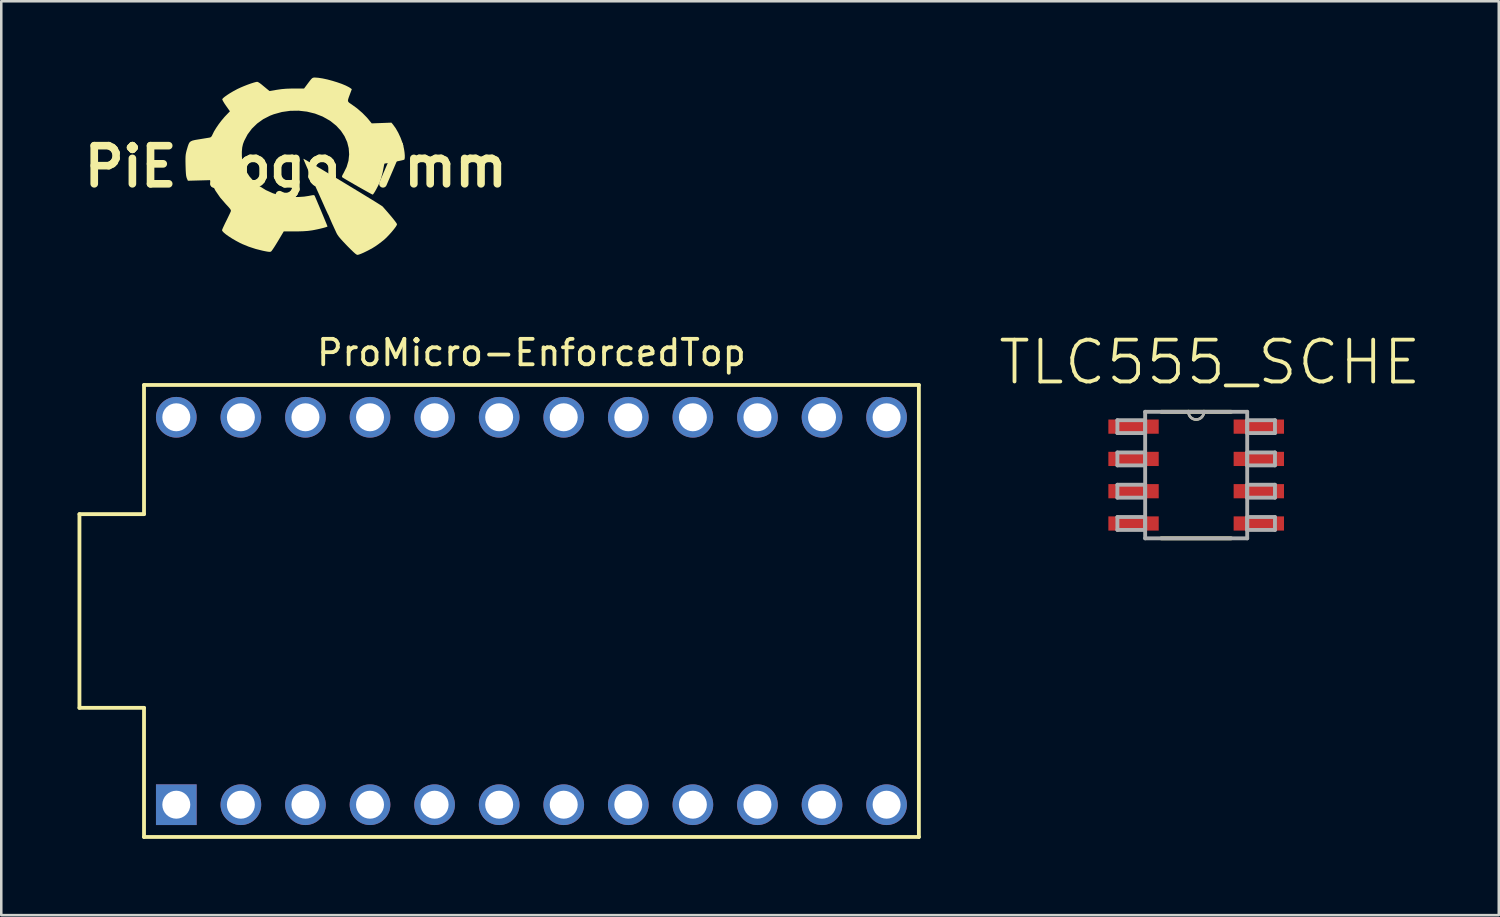
<source format=kicad_pcb>
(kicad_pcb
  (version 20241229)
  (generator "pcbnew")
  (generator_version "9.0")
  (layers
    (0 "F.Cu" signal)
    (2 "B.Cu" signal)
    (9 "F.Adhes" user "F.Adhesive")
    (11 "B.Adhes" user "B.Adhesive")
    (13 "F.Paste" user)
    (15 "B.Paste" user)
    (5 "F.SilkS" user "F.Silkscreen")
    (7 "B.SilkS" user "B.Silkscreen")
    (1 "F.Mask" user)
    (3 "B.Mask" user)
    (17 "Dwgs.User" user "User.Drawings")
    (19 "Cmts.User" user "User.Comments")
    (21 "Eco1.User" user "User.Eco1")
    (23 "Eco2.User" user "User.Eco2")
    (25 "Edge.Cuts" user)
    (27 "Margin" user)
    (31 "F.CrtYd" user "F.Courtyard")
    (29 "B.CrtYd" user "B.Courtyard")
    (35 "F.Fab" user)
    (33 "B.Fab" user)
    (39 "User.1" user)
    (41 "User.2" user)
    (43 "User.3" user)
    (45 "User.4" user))
  (footprint "PiE Logo 7mm"
    (layer "F.Cu")
    (at 8.586 3.502)
    (property "Reference" "PiE Logo 7mm" (at 0 0 0) (layer "F.SilkS") (effects (font (size 1.5 1.5) (thickness 0.3))))
    (attr board_only exclude_from_pos_files exclude_from_bom)
    (fp_poly (pts (xy 0.321 -0.297) (xy 0.38 -0.264) (xy 0.472 -0.211) (xy 0.594 -0.14) (xy 0.741 -0.054) (xy 0.91 0.046) (xy 1.097 0.157) (xy 1.297 0.277) (xy 1.508 0.403) (xy 1.725 0.533) (xy 1.944 0.665) (xy 2.161 0.797) (xy 2.373 0.925) (xy 2.576 1.048) (xy 2.766 1.164) (xy 2.939 1.27) (xy 3.091 1.363) (xy 3.218 1.442) (xy 3.317 1.505) (xy 3.383 1.548) (xy 3.413 1.569) (xy 3.414 1.57) (xy 3.573 1.751) (xy 3.709 1.909) (xy 3.82 2.042) (xy 3.903 2.148) (xy 3.957 2.223) (xy 3.981 2.267) (xy 3.981 2.272) (xy 3.965 2.314) (xy 3.922 2.382) (xy 3.856 2.469) (xy 3.776 2.566) (xy 3.687 2.666) (xy 3.596 2.762) (xy 3.51 2.846) (xy 3.467 2.884) (xy 3.364 2.966) (xy 3.249 3.053) (xy 3.144 3.127) (xy 3.132 3.135) (xy 3.027 3.2) (xy 2.908 3.266) (xy 2.784 3.33) (xy 2.665 3.388) (xy 2.558 3.434) (xy 2.475 3.464) (xy 2.423 3.474) (xy 2.422 3.474) (xy 2.39 3.462) (xy 2.339 3.426) (xy 2.268 3.363) (xy 2.172 3.271) (xy 2.048 3.147) (xy 2.011 3.109) (xy 1.876 2.967) (xy 1.772 2.853) (xy 1.695 2.762) (xy 1.641 2.687) (xy 1.605 2.624) (xy 1.6 2.614) (xy 1.561 2.528) (xy 1.51 2.419) (xy 1.46 2.308) (xy 1.451 2.291) (xy 1.406 2.19) (xy 1.363 2.092) (xy 1.331 2.017) (xy 1.325 2.003) (xy 1.298 1.938) (xy 1.276 1.891) (xy 1.271 1.883) (xy 1.255 1.853) (xy 1.225 1.788) (xy 1.183 1.697) (xy 1.133 1.587) (xy 1.116 1.547) (xy 1.06 1.421) (xy 1.005 1.298) (xy 0.957 1.191) (xy 0.922 1.113) (xy 0.918 1.103) (xy 0.804 0.853) (xy 0.698 0.618) (xy 0.602 0.402) (xy 0.516 0.208) (xy 0.442 0.04) (xy 0.382 -0.099) (xy 0.337 -0.205) (xy 0.308 -0.275) (xy 0.298 -0.306) (xy 0.299 -0.307)) (stroke (width 0) (type solid)) (fill yes) (layer "F.SilkS"))
    (fp_poly (pts (xy 0.89 -3.492) (xy 1.057 -3.466) (xy 1.242 -3.426) (xy 1.436 -3.374) (xy 1.628 -3.315) (xy 1.808 -3.252) (xy 1.966 -3.186) (xy 2.091 -3.122) (xy 2.135 -3.094) (xy 2.203 -3.045) (xy 2.13 -2.848) (xy 2.086 -2.73) (xy 2.059 -2.648) (xy 2.051 -2.591) (xy 2.063 -2.549) (xy 2.098 -2.512) (xy 2.157 -2.471) (xy 2.203 -2.44) (xy 2.417 -2.284) (xy 2.619 -2.109) (xy 2.795 -1.93) (xy 2.848 -1.868) (xy 2.986 -1.699) (xy 3.373 -1.713) (xy 3.761 -1.728) (xy 3.821 -1.656) (xy 3.927 -1.51) (xy 4.03 -1.33) (xy 4.122 -1.132) (xy 4.197 -0.93) (xy 4.23 -0.812) (xy 4.258 -0.684) (xy 4.277 -0.557) (xy 4.287 -0.443) (xy 4.287 -0.35) (xy 4.277 -0.288) (xy 4.266 -0.272) (xy 4.236 -0.261) (xy 4.169 -0.244) (xy 4.074 -0.223) (xy 3.962 -0.2) (xy 3.843 -0.177) (xy 3.727 -0.155) (xy 3.623 -0.137) (xy 3.542 -0.125) (xy 3.495 -0.12) (xy 3.494 -0.12) (xy 3.482 -0.099) (xy 3.468 -0.047) (xy 3.466 -0.03) (xy 3.416 0.228) (xy 3.357 0.454) (xy 3.308 0.595) (xy 3.266 0.691) (xy 3.217 0.794) (xy 3.163 0.896) (xy 3.112 0.986) (xy 3.067 1.056) (xy 3.035 1.097) (xy 3.024 1.103) (xy 2.998 1.092) (xy 2.937 1.06) (xy 2.848 1.011) (xy 2.737 0.949) (xy 2.61 0.878) (xy 2.475 0.802) (xy 2.337 0.723) (xy 2.204 0.646) (xy 2.081 0.575) (xy 1.975 0.513) (xy 1.894 0.464) (xy 1.842 0.432) (xy 1.828 0.421) (xy 1.816 0.398) (xy 1.824 0.36) (xy 1.855 0.298) (xy 1.882 0.252) (xy 2 0.013) (xy 2.072 -0.231) (xy 2.098 -0.477) (xy 2.081 -0.722) (xy 2.021 -0.961) (xy 1.918 -1.19) (xy 1.775 -1.407) (xy 1.591 -1.607) (xy 1.368 -1.787) (xy 1.333 -1.81) (xy 1.055 -1.967) (xy 0.755 -2.084) (xy 0.439 -2.161) (xy 0.113 -2.198) (xy -0.217 -2.193) (xy -0.545 -2.147) (xy -0.866 -2.058) (xy -1.012 -2.002) (xy -1.281 -1.865) (xy -1.52 -1.693) (xy -1.728 -1.491) (xy -1.899 -1.262) (xy -2.031 -1.008) (xy -2.077 -0.887) (xy -2.108 -0.751) (xy -2.123 -0.585) (xy -2.122 -0.409) (xy -2.104 -0.237) (xy -2.071 -0.088) (xy -2.069 -0.084) (xy -1.967 0.161) (xy -1.823 0.387) (xy -1.641 0.592) (xy -1.424 0.773) (xy -1.177 0.926) (xy -0.902 1.05) (xy -0.604 1.14) (xy -0.54 1.154) (xy -0.344 1.183) (xy -0.122 1.198) (xy 0.108 1.197) (xy 0.328 1.182) (xy 0.511 1.154) (xy 0.611 1.134) (xy 0.676 1.124) (xy 0.713 1.124) (xy 0.732 1.135) (xy 0.741 1.149) (xy 0.757 1.182) (xy 0.787 1.252) (xy 0.829 1.35) (xy 0.879 1.469) (xy 0.936 1.603) (xy 0.995 1.744) (xy 1.054 1.885) (xy 1.11 2.02) (xy 1.16 2.141) (xy 1.202 2.242) (xy 1.231 2.315) (xy 1.246 2.354) (xy 1.247 2.357) (xy 1.225 2.37) (xy 1.165 2.39) (xy 1.076 2.415) (xy 0.967 2.442) (xy 0.846 2.469) (xy 0.724 2.494) (xy 0.636 2.51) (xy 0.477 2.531) (xy 0.288 2.544) (xy 0.062 2.551) (xy -0.039 2.551) (xy -0.474 2.551) (xy -0.707 2.941) (xy -0.782 3.064) (xy -0.85 3.172) (xy -0.909 3.26) (xy -0.952 3.319) (xy -0.975 3.344) (xy -0.975 3.344) (xy -1.006 3.353) (xy -1.044 3.355) (xy -1.099 3.349) (xy -1.18 3.335) (xy -1.298 3.311) (xy -1.303 3.31) (xy -1.578 3.241) (xy -1.853 3.151) (xy -2.107 3.047) (xy -2.195 3.005) (xy -2.353 2.921) (xy -2.502 2.834) (xy -2.636 2.748) (xy -2.749 2.668) (xy -2.834 2.597) (xy -2.887 2.539) (xy -2.902 2.504) (xy -2.892 2.471) (xy -2.864 2.405) (xy -2.821 2.312) (xy -2.768 2.201) (xy -2.737 2.14) (xy -2.679 2.022) (xy -2.627 1.914) (xy -2.586 1.828) (xy -2.561 1.77) (xy -2.556 1.756) (xy -2.553 1.728) (xy -2.566 1.694) (xy -2.598 1.648) (xy -2.654 1.582) (xy -2.74 1.49) (xy -2.752 1.477) (xy -2.976 1.218) (xy -3.16 0.951) (xy -3.29 0.705) (xy -3.367 0.534) (xy -3.806 0.546) (xy -4.245 0.558) (xy -4.286 0.465) (xy -4.302 0.417) (xy -4.315 0.352) (xy -4.324 0.263) (xy -4.331 0.143) (xy -4.336 -0.017) (xy -4.337 -0.042) (xy -4.34 -0.195) (xy -4.34 -0.312) (xy -4.337 -0.402) (xy -4.33 -0.476) (xy -4.317 -0.546) (xy -4.299 -0.621) (xy -4.283 -0.677) (xy -4.247 -0.8) (xy -4.215 -0.889) (xy -4.179 -0.952) (xy -4.129 -0.994) (xy -4.058 -1.024) (xy -3.958 -1.047) (xy -3.82 -1.07) (xy -3.799 -1.073) (xy -3.672 -1.094) (xy -3.556 -1.113) (xy -3.463 -1.128) (xy -3.402 -1.138) (xy -3.394 -1.139) (xy -3.345 -1.156) (xy -3.309 -1.195) (xy -3.276 -1.262) (xy -3.219 -1.379) (xy -3.135 -1.517) (xy -3.033 -1.666) (xy -2.922 -1.812) (xy -2.81 -1.945) (xy -2.772 -1.986) (xy -2.592 -2.174) (xy -2.749 -2.396) (xy -2.811 -2.488) (xy -2.859 -2.568) (xy -2.888 -2.626) (xy -2.893 -2.651) (xy -2.862 -2.691) (xy -2.795 -2.747) (xy -2.7 -2.815) (xy -2.586 -2.889) (xy -2.46 -2.963) (xy -2.33 -3.033) (xy -2.294 -3.052) (xy -2.174 -3.108) (xy -2.04 -3.165) (xy -1.902 -3.219) (xy -1.771 -3.266) (xy -1.655 -3.303) (xy -1.565 -3.327) (xy -1.516 -3.334) (xy -1.477 -3.319) (xy -1.416 -3.281) (xy -1.355 -3.235) (xy -1.271 -3.165) (xy -1.183 -3.093) (xy -1.135 -3.053) (xy -1.034 -2.971) (xy -0.742 -3.02) (xy -0.563 -3.046) (xy -0.379 -3.062) (xy -0.174 -3.069) (xy -0.062 -3.07) (xy 0.325 -3.07) (xy 0.486 -3.286) (xy 0.557 -3.379) (xy 0.607 -3.441) (xy 0.645 -3.477) (xy 0.679 -3.495) (xy 0.717 -3.501) (xy 0.753 -3.502)) (stroke (width 0) (type solid)) (fill yes) (layer "F.SilkS")))
  (footprint "ProMicro-EnforcedTop"
    (layer "F.Cu")
    (at 17.855 20.984)
    (property "Reference" "ProMicro-EnforcedTop" (at 0 -10.16 0) (layer "F.SilkS") (effects (font (size 1 1) (thickness 0.15))))
    (attr through_hole)
    (fp_line (start -17.78 -3.81) (end -15.24 -3.81) (stroke (width 0.15) (type solid)) (layer "F.SilkS"))
    (fp_line (start -17.78 3.81) (end -17.78 -3.81) (stroke (width 0.15) (type solid)) (layer "F.SilkS"))
    (fp_line (start -15.24 -8.89) (end 15.24 -8.89) (stroke (width 0.15) (type solid)) (layer "F.SilkS"))
    (fp_line (start -15.24 -3.81) (end -15.24 -8.89) (stroke (width 0.15) (type solid)) (layer "F.SilkS"))
    (fp_line (start -15.24 3.81) (end -17.78 3.81) (stroke (width 0.15) (type solid)) (layer "F.SilkS"))
    (fp_line (start -15.24 8.89) (end -15.24 3.81) (stroke (width 0.15) (type solid)) (layer "F.SilkS"))
    (fp_line (start -15.24 8.89) (end 15.24 8.89) (stroke (width 0.15) (type solid)) (layer "F.SilkS"))
    (fp_line (start 15.24 -8.89) (end 15.24 8.89) (stroke (width 0.15) (type solid)) (layer "F.SilkS"))
    (pad "1" thru_hole rect (at -13.97 7.62) (size 1.6 1.6) (drill 1.1) (layers "*.Cu" "*.Mask"))
    (pad "2" thru_hole circle (at -11.43 7.62) (size 1.6 1.6) (drill 1.1) (layers "*.Cu" "*.Mask"))
    (pad "3" thru_hole circle (at -8.89 7.62) (size 1.6 1.6) (drill 1.1) (layers "*.Cu" "*.Mask"))
    (pad "4" thru_hole circle (at -6.35 7.62) (size 1.6 1.6) (drill 1.1) (layers "*.Cu" "*.Mask"))
    (pad "5" thru_hole circle (at -3.81 7.62) (size 1.6 1.6) (drill 1.1) (layers "*.Cu" "*.Mask"))
    (pad "6" thru_hole circle (at -1.27 7.62) (size 1.6 1.6) (drill 1.1) (layers "*.Cu" "*.Mask"))
    (pad "7" thru_hole circle (at 1.27 7.62) (size 1.6 1.6) (drill 1.1) (layers "*.Cu" "*.Mask"))
    (pad "8" thru_hole circle (at 3.81 7.62) (size 1.6 1.6) (drill 1.1) (layers "*.Cu" "*.Mask"))
    (pad "9" thru_hole circle (at 6.35 7.62) (size 1.6 1.6) (drill 1.1) (layers "*.Cu" "*.Mask"))
    (pad "10" thru_hole circle (at 8.89 7.62) (size 1.6 1.6) (drill 1.1) (layers "*.Cu" "*.Mask"))
    (pad "11" thru_hole circle (at 11.43 7.62) (size 1.6 1.6) (drill 1.1) (layers "*.Cu" "*.Mask"))
    (pad "12" thru_hole circle (at 13.97 7.62) (size 1.6 1.6) (drill 1.1) (layers "*.Cu" "*.Mask"))
    (pad "13" thru_hole circle (at 13.97 -7.62) (size 1.6 1.6) (drill 1.1) (layers "*.Cu" "*.Mask"))
    (pad "14" thru_hole circle (at 11.43 -7.62) (size 1.6 1.6) (drill 1.1) (layers "*.Cu" "*.Mask"))
    (pad "15" thru_hole circle (at 8.89 -7.62) (size 1.6 1.6) (drill 1.1) (layers "*.Cu" "*.Mask"))
    (pad "16" thru_hole circle (at 6.35 -7.62) (size 1.6 1.6) (drill 1.1) (layers "*.Cu" "*.Mask"))
    (pad "17" thru_hole circle (at 3.81 -7.62) (size 1.6 1.6) (drill 1.1) (layers "*.Cu" "*.Mask"))
    (pad "18" thru_hole circle (at 1.27 -7.62) (size 1.6 1.6) (drill 1.1) (layers "*.Cu" "*.Mask"))
    (pad "19" thru_hole circle (at -1.27 -7.62) (size 1.6 1.6) (drill 1.1) (layers "*.Cu" "*.Mask"))
    (pad "20" thru_hole circle (at -3.81 -7.62) (size 1.6 1.6) (drill 1.1) (layers "*.Cu" "*.Mask"))
    (pad "21" thru_hole circle (at -6.35 -7.62) (size 1.6 1.6) (drill 1.1) (layers "*.Cu" "*.Mask"))
    (pad "22" thru_hole circle (at -8.89 -7.62) (size 1.6 1.6) (drill 1.1) (layers "*.Cu" "*.Mask"))
    (pad "23" thru_hole circle (at -11.43 -7.62) (size 1.6 1.6) (drill 1.1) (layers "*.Cu" "*.Mask"))
    (pad "24" thru_hole circle (at -13.97 -7.62) (size 1.6 1.6) (drill 1.1) (layers "*.Cu" "*.Mask")))
  (footprint "TLC555_SCHE"
    (layer "F.Cu")
    (at 44.003 15.637)
    (property "Reference" "TLC555_SCHE" (at 0.535 -4.435 0) (layer "F.SilkS") (effects (font (size 1.646 1.646) (thickness 0.15))))
    (attr smd)
    (fp_line (start -1.372 2.489) (end 1.372 2.489) (stroke (width 0.152) (type solid)) (layer "F.SilkS"))
    (fp_line (start -0.305 -2.489) (end -1.372 -2.489) (stroke (width 0.152) (type solid)) (layer "F.SilkS"))
    (fp_line (start 0.305 -2.489) (end -0.305 -2.489) (stroke (width 0.152) (type solid)) (layer "F.SilkS"))
    (fp_line (start 1.372 -2.489) (end 0.305 -2.489) (stroke (width 0.152) (type solid)) (layer "F.SilkS"))
    (fp_arc (start 0.3048 -2.4892) (mid 0 -2.1844) (end -0.3048 -2.4892) (stroke (width 0.1) (type solid)) (layer "F.SilkS"))
    (fp_line (start -3.099 -2.159) (end -3.099 -1.651) (stroke (width 0.152) (type solid)) (layer "F.Fab"))
    (fp_line (start -3.099 -1.651) (end -2.007 -1.651) (stroke (width 0.152) (type solid)) (layer "F.Fab"))
    (fp_line (start -3.099 -0.889) (end -3.099 -0.381) (stroke (width 0.152) (type solid)) (layer "F.Fab"))
    (fp_line (start -3.099 -0.381) (end -2.007 -0.381) (stroke (width 0.152) (type solid)) (layer "F.Fab"))
    (fp_line (start -3.099 0.381) (end -3.099 0.889) (stroke (width 0.152) (type solid)) (layer "F.Fab"))
    (fp_line (start -3.099 0.889) (end -2.007 0.889) (stroke (width 0.152) (type solid)) (layer "F.Fab"))
    (fp_line (start -3.099 1.651) (end -3.099 2.159) (stroke (width 0.152) (type solid)) (layer "F.Fab"))
    (fp_line (start -3.099 2.159) (end -2.007 2.159) (stroke (width 0.152) (type solid)) (layer "F.Fab"))
    (fp_line (start -2.007 -2.489) (end -2.007 2.489) (stroke (width 0.152) (type solid)) (layer "F.Fab"))
    (fp_line (start -2.007 -2.159) (end -3.099 -2.159) (stroke (width 0.152) (type solid)) (layer "F.Fab"))
    (fp_line (start -2.007 -1.651) (end -2.007 -2.159) (stroke (width 0.152) (type solid)) (layer "F.Fab"))
    (fp_line (start -2.007 -0.889) (end -3.099 -0.889) (stroke (width 0.152) (type solid)) (layer "F.Fab"))
    (fp_line (start -2.007 -0.381) (end -2.007 -0.889) (stroke (width 0.152) (type solid)) (layer "F.Fab"))
    (fp_line (start -2.007 0.381) (end -3.099 0.381) (stroke (width 0.152) (type solid)) (layer "F.Fab"))
    (fp_line (start -2.007 0.889) (end -2.007 0.381) (stroke (width 0.152) (type solid)) (layer "F.Fab"))
    (fp_line (start -2.007 1.651) (end -3.099 1.651) (stroke (width 0.152) (type solid)) (layer "F.Fab"))
    (fp_line (start -2.007 2.159) (end -2.007 1.651) (stroke (width 0.152) (type solid)) (layer "F.Fab"))
    (fp_line (start -2.007 2.489) (end 2.007 2.489) (stroke (width 0.152) (type solid)) (layer "F.Fab"))
    (fp_line (start -0.305 -2.489) (end -2.007 -2.489) (stroke (width 0.152) (type solid)) (layer "F.Fab"))
    (fp_line (start 0.305 -2.489) (end -0.305 -2.489) (stroke (width 0.152) (type solid)) (layer "F.Fab"))
    (fp_line (start 2.007 -2.489) (end 0.305 -2.489) (stroke (width 0.152) (type solid)) (layer "F.Fab"))
    (fp_line (start 2.007 -2.159) (end 2.007 -1.651) (stroke (width 0.152) (type solid)) (layer "F.Fab"))
    (fp_line (start 2.007 -1.651) (end 3.099 -1.651) (stroke (width 0.152) (type solid)) (layer "F.Fab"))
    (fp_line (start 2.007 -0.889) (end 2.007 -0.381) (stroke (width 0.152) (type solid)) (layer "F.Fab"))
    (fp_line (start 2.007 -0.381) (end 3.099 -0.381) (stroke (width 0.152) (type solid)) (layer "F.Fab"))
    (fp_line (start 2.007 0.381) (end 2.007 0.889) (stroke (width 0.152) (type solid)) (layer "F.Fab"))
    (fp_line (start 2.007 0.889) (end 3.099 0.889) (stroke (width 0.152) (type solid)) (layer "F.Fab"))
    (fp_line (start 2.007 1.651) (end 2.007 2.159) (stroke (width 0.152) (type solid)) (layer "F.Fab"))
    (fp_line (start 2.007 2.159) (end 3.099 2.159) (stroke (width 0.152) (type solid)) (layer "F.Fab"))
    (fp_line (start 2.007 2.489) (end 2.007 -2.489) (stroke (width 0.152) (type solid)) (layer "F.Fab"))
    (fp_line (start 3.099 -2.159) (end 2.007 -2.159) (stroke (width 0.152) (type solid)) (layer "F.Fab"))
    (fp_line (start 3.099 -1.651) (end 3.099 -2.159) (stroke (width 0.152) (type solid)) (layer "F.Fab"))
    (fp_line (start 3.099 -0.889) (end 2.007 -0.889) (stroke (width 0.152) (type solid)) (layer "F.Fab"))
    (fp_line (start 3.099 -0.381) (end 3.099 -0.889) (stroke (width 0.152) (type solid)) (layer "F.Fab"))
    (fp_line (start 3.099 0.381) (end 2.007 0.381) (stroke (width 0.152) (type solid)) (layer "F.Fab"))
    (fp_line (start 3.099 0.889) (end 3.099 0.381) (stroke (width 0.152) (type solid)) (layer "F.Fab"))
    (fp_line (start 3.099 1.651) (end 2.007 1.651) (stroke (width 0.152) (type solid)) (layer "F.Fab"))
    (fp_line (start 3.099 2.159) (end 3.099 1.651) (stroke (width 0.152) (type solid)) (layer "F.Fab"))
    (fp_arc (start 0.3048 -2.4892) (mid 0 -2.1844) (end -0.3048 -2.4892) (stroke (width 0.1) (type solid)) (layer "F.Fab"))
    (pad "1" smd rect (at -2.464 -1.905) (size 1.981 0.559) (layers "F.Cu" "F.Mask" "F.Paste"))
    (pad "2" smd rect (at -2.464 -0.635) (size 1.981 0.559) (layers "F.Cu" "F.Mask" "F.Paste"))
    (pad "3" smd rect (at -2.464 0.635) (size 1.981 0.559) (layers "F.Cu" "F.Mask" "F.Paste"))
    (pad "4" smd rect (at -2.464 1.905) (size 1.981 0.559) (layers "F.Cu" "F.Mask" "F.Paste"))
    (pad "5" smd rect (at 2.464 1.905) (size 1.981 0.559) (layers "F.Cu" "F.Mask" "F.Paste"))
    (pad "6" smd rect (at 2.464 0.635) (size 1.981 0.559) (layers "F.Cu" "F.Mask" "F.Paste"))
    (pad "7" smd rect (at 2.464 -0.635) (size 1.981 0.559) (layers "F.Cu" "F.Mask" "F.Paste"))
    (pad "8" smd rect (at 2.464 -1.905) (size 1.981 0.559) (layers "F.Cu" "F.Mask" "F.Paste")))
  (gr_rect
    (start -3 -3)
    (end 55.906 32.949)
    (stroke (width 0.1) (type default))
    (fill no)
    (layer "Edge.Cuts")))
</source>
